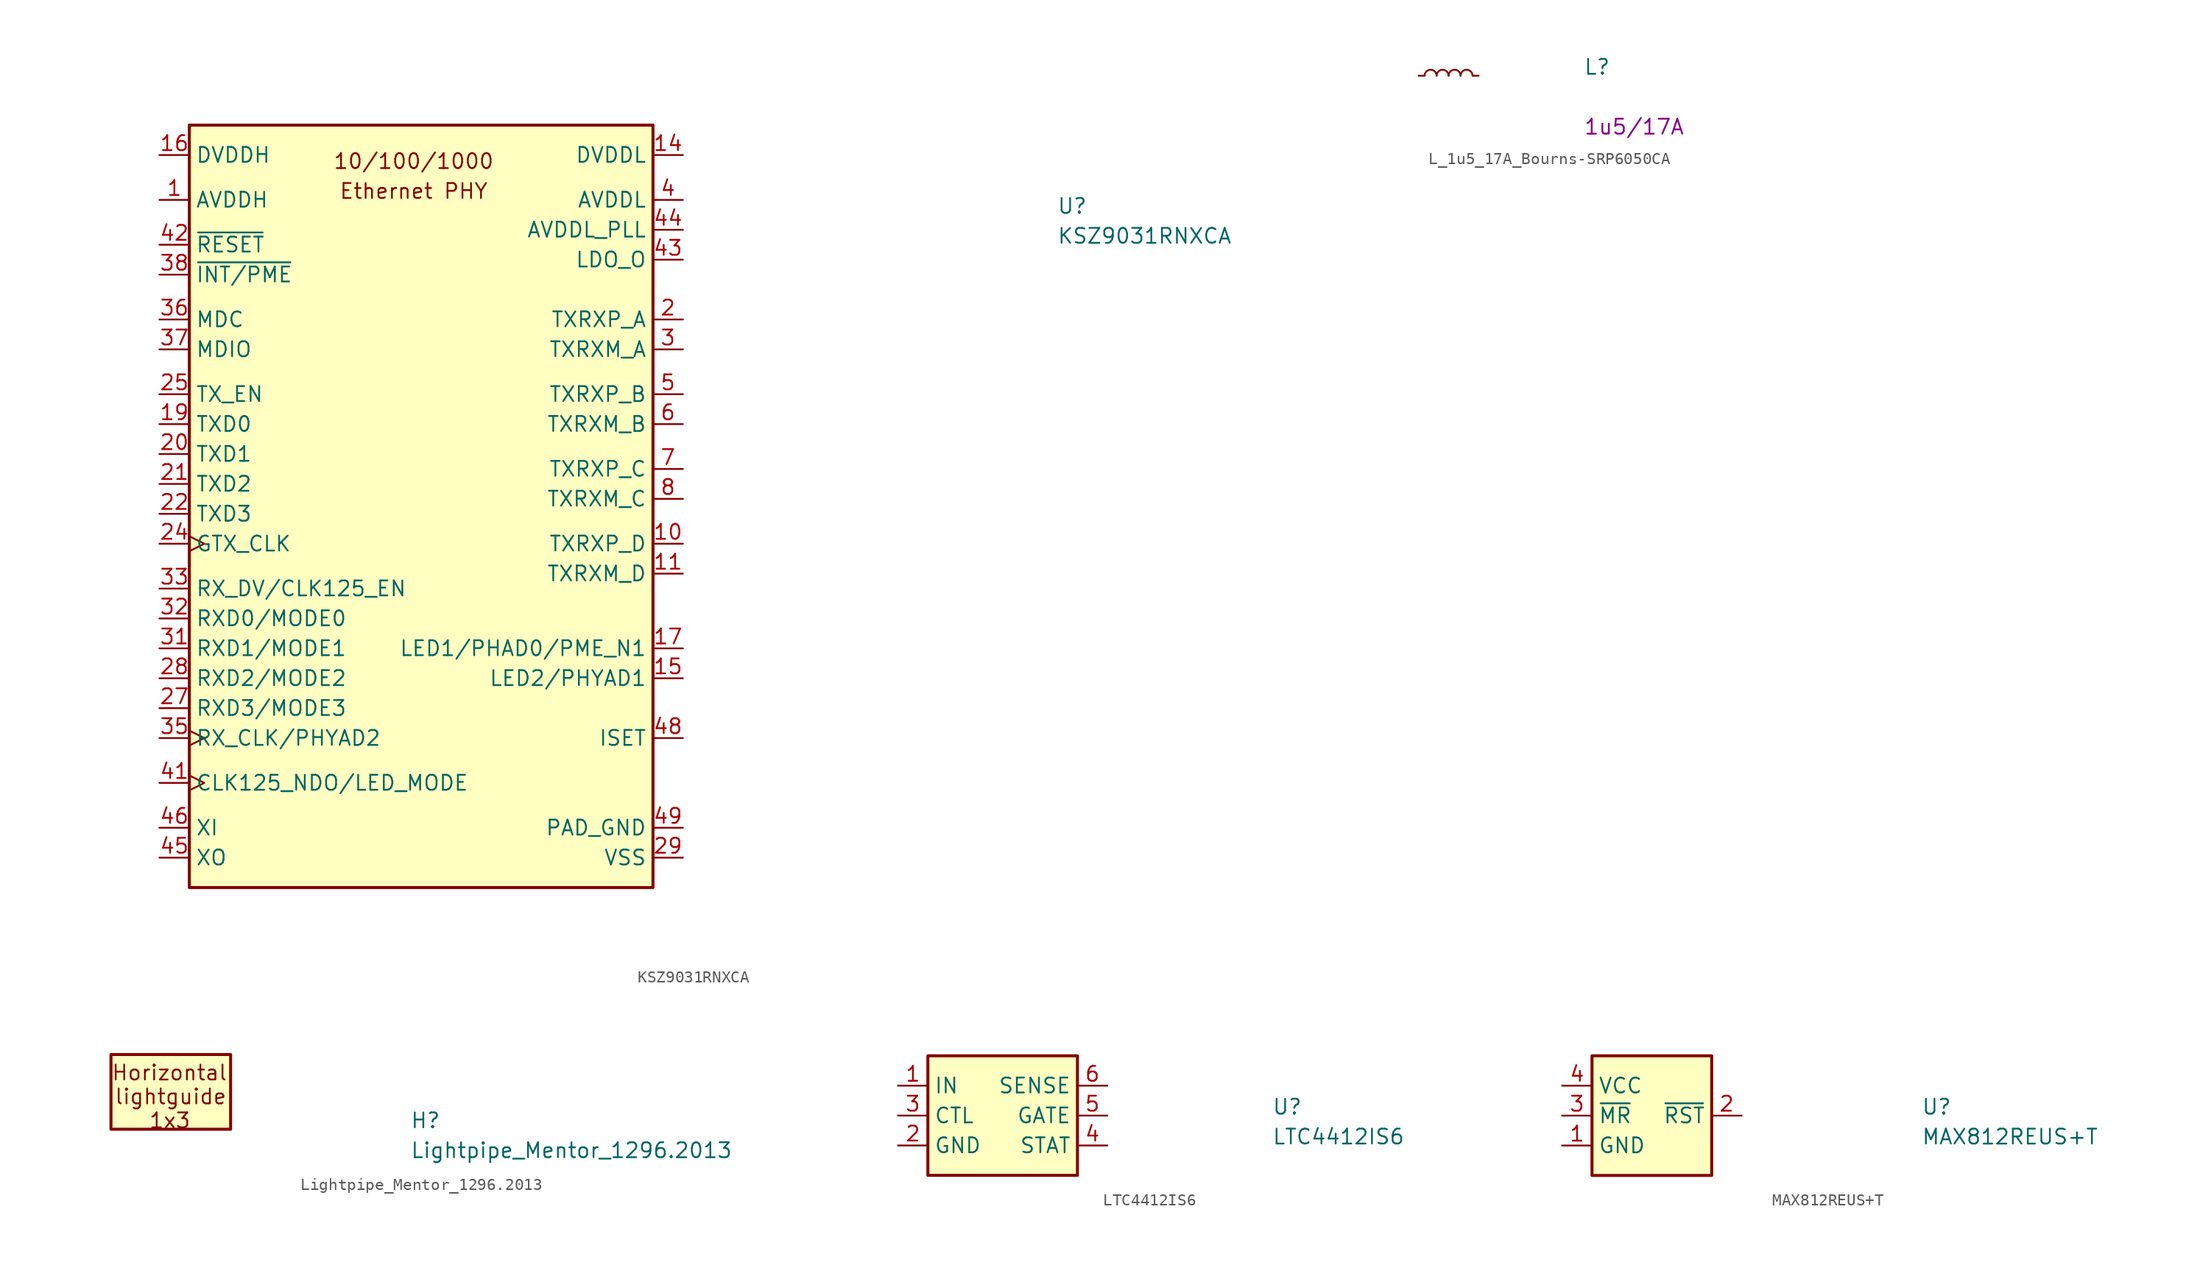
<source format=kicad_sym>
(kicad_symbol_lib
  (version 20220914)
  (generator kicad_symbol_editor)
  (symbol "KSZ9031RNXCA"
    (property "Reference" "U"
      (at 76.2 -5.08 0)
      (effects (font (size 1.27 1.27) (thickness 0.15)) (justify left bottom)))
    (property "Value" "KSZ9031RNXCA"
      (at 76.2 -7.62 0)
      (effects (font (size 1.27 1.27) (thickness 0.15)) (justify left bottom)))
    (symbol "KSZ9031RNXCA_1_1"
      (rectangle (start 2.54 2.54) (end 41.91 -62.23) (stroke (width 0.254) (type default)) (fill (type background)))
      (text "10/100/1000" (at 21.59 -1.27 0) (effects (font (size 1.27 1.27) (thickness 0.15)) (justify bottom)))
      (text "Ethernet PHY" (at 21.59 -3.81 0) (effects (font (size 1.27 1.27) (thickness 0.15)) (justify bottom)))
      (pin power_in line (at 0 -3.81 0) (length 2.54) (name "AVDDH" (effects (font (size 1.27 1.27)))) (number "1" (effects (font (size 1.27 1.27)))))
      (pin bidirectional line (at 44.45 -33.02 180) (length 2.54) (name "TXRXP_D" (effects (font (size 1.27 1.27)))) (number "10" (effects (font (size 1.27 1.27)))))
      (pin bidirectional line (at 44.45 -35.56 180) (length 2.54) (name "TXRXM_D" (effects (font (size 1.27 1.27)))) (number "11" (effects (font (size 1.27 1.27)))))
      (pin passive line (at 0 -3.81 0) (length 2.54) hide (name "AVDDH" (effects (font (size 1.27 1.27)))) (number "12" (effects (font (size 1.27 1.27)))))
      (pin no_connect line (at 25.4 -62.23 90) (length 2.54) hide (name "NC" (effects (font (size 1.27 1.27)))) (number "13" (effects (font (size 1.27 1.27)))))
      (pin power_in line (at 44.45 0 180) (length 2.54) (name "DVDDL" (effects (font (size 1.27 1.27)))) (number "14" (effects (font (size 1.27 1.27)))))
      (pin bidirectional line (at 44.45 -44.45 180) (length 2.54) (name "LED2/PHYAD1" (effects (font (size 1.27 1.27)))) (number "15" (effects (font (size 1.27 1.27)))))
      (pin power_in line (at 0 0 0) (length 2.54) (name "DVDDH" (effects (font (size 1.27 1.27)))) (number "16" (effects (font (size 1.27 1.27)))))
      (pin bidirectional line (at 44.45 -41.91 180) (length 2.54) (name "LED1/PHAD0/PME_N1" (effects (font (size 1.27 1.27)))) (number "17" (effects (font (size 1.27 1.27)))))
      (pin passive line (at 44.45 0 180) (length 2.54) hide (name "DVDDL" (effects (font (size 1.27 1.27)))) (number "18" (effects (font (size 1.27 1.27)))))
      (pin input line (at 0 -22.86 0) (length 2.54) (name "TXD0" (effects (font (size 1.27 1.27)))) (number "19" (effects (font (size 1.27 1.27)))))
      (pin bidirectional line (at 44.45 -13.97 180) (length 2.54) (name "TXRXP_A" (effects (font (size 1.27 1.27)))) (number "2" (effects (font (size 1.27 1.27)))))
      (pin input line (at 0 -25.4 0) (length 2.54) (name "TXD1" (effects (font (size 1.27 1.27)))) (number "20" (effects (font (size 1.27 1.27)))))
      (pin input line (at 0 -27.94 0) (length 2.54) (name "TXD2" (effects (font (size 1.27 1.27)))) (number "21" (effects (font (size 1.27 1.27)))))
      (pin input line (at 0 -30.48 0) (length 2.54) (name "TXD3" (effects (font (size 1.27 1.27)))) (number "22" (effects (font (size 1.27 1.27)))))
      (pin passive line (at 44.45 0 180) (length 2.54) hide (name "DVDDL" (effects (font (size 1.27 1.27)))) (number "23" (effects (font (size 1.27 1.27)))))
      (pin input clock (at 0 -33.02 0) (length 2.54) (name "GTX_CLK" (effects (font (size 1.27 1.27)))) (number "24" (effects (font (size 1.27 1.27)))))
      (pin input line (at 0 -20.32 0) (length 2.54) (name "TX_EN" (effects (font (size 1.27 1.27)))) (number "25" (effects (font (size 1.27 1.27)))))
      (pin passive line (at 44.45 0 180) (length 2.54) hide (name "DVDDL" (effects (font (size 1.27 1.27)))) (number "26" (effects (font (size 1.27 1.27)))))
      (pin input line (at 0 -46.99 0) (length 2.54) (name "RXD3/MODE3" (effects (font (size 1.27 1.27)))) (number "27" (effects (font (size 1.27 1.27)))))
      (pin input line (at 0 -44.45 0) (length 2.54) (name "RXD2/MODE2" (effects (font (size 1.27 1.27)))) (number "28" (effects (font (size 1.27 1.27)))))
      (pin power_in line (at 44.45 -59.69 180) (length 2.54) (name "VSS" (effects (font (size 1.27 1.27)))) (number "29" (effects (font (size 1.27 1.27)))))
      (pin bidirectional line (at 44.45 -16.51 180) (length 2.54) (name "TXRXM_A" (effects (font (size 1.27 1.27)))) (number "3" (effects (font (size 1.27 1.27)))))
      (pin passive line (at 44.45 0 180) (length 2.54) hide (name "DVDDL" (effects (font (size 1.27 1.27)))) (number "30" (effects (font (size 1.27 1.27)))))
      (pin input line (at 0 -41.91 0) (length 2.54) (name "RXD1/MODE1" (effects (font (size 1.27 1.27)))) (number "31" (effects (font (size 1.27 1.27)))))
      (pin input line (at 0 -39.37 0) (length 2.54) (name "RXD0/MODE0" (effects (font (size 1.27 1.27)))) (number "32" (effects (font (size 1.27 1.27)))))
      (pin input line (at 0 -36.83 0) (length 2.54) (name "RX_DV/CLK125_EN" (effects (font (size 1.27 1.27)))) (number "33" (effects (font (size 1.27 1.27)))))
      (pin passive line (at 0 0 0) (length 2.54) hide (name "DVDDH" (effects (font (size 1.27 1.27)))) (number "34" (effects (font (size 1.27 1.27)))))
      (pin input clock (at 0 -49.53 0) (length 2.54) (name "RX_CLK/PHYAD2" (effects (font (size 1.27 1.27)))) (number "35" (effects (font (size 1.27 1.27)))))
      (pin input line (at 0 -13.97 0) (length 2.54) (name "MDC" (effects (font (size 1.27 1.27)))) (number "36" (effects (font (size 1.27 1.27)))))
      (pin input line (at 0 -16.51 0) (length 2.54) (name "MDIO" (effects (font (size 1.27 1.27)))) (number "37" (effects (font (size 1.27 1.27)))))
      (pin input line (at 0 -10.16 0) (length 2.54) (name "~{INT/PME}" (effects (font (size 1.27 1.27)))) (number "38" (effects (font (size 1.27 1.27)))))
      (pin passive line (at 44.45 0 180) (length 2.54) hide (name "DVDDL" (effects (font (size 1.27 1.27)))) (number "39" (effects (font (size 1.27 1.27)))))
      (pin power_in line (at 44.45 -3.81 180) (length 2.54) (name "AVDDL" (effects (font (size 1.27 1.27)))) (number "4" (effects (font (size 1.27 1.27)))))
      (pin passive line (at 0 0 0) (length 2.54) hide (name "DVDDH" (effects (font (size 1.27 1.27)))) (number "40" (effects (font (size 1.27 1.27)))))
      (pin input clock (at 0 -53.34 0) (length 2.54) (name "CLK125_NDO/LED_MODE" (effects (font (size 1.27 1.27)))) (number "41" (effects (font (size 1.27 1.27)))))
      (pin input line (at 0 -7.62 0) (length 2.54) (name "~{RESET}" (effects (font (size 1.27 1.27)))) (number "42" (effects (font (size 1.27 1.27)))))
      (pin input line (at 44.45 -8.89 180) (length 2.54) (name "LDO_O" (effects (font (size 1.27 1.27)))) (number "43" (effects (font (size 1.27 1.27)))))
      (pin power_in line (at 44.45 -6.35 180) (length 2.54) (name "AVDDL_PLL" (effects (font (size 1.27 1.27)))) (number "44" (effects (font (size 1.27 1.27)))))
      (pin input line (at 0 -59.69 0) (length 2.54) (name "XO" (effects (font (size 1.27 1.27)))) (number "45" (effects (font (size 1.27 1.27)))))
      (pin input line (at 0 -57.15 0) (length 2.54) (name "XI" (effects (font (size 1.27 1.27)))) (number "46" (effects (font (size 1.27 1.27)))))
      (pin no_connect line (at 28.575 -62.23 90) (length 2.54) hide (name "NC" (effects (font (size 1.27 1.27)))) (number "47" (effects (font (size 1.27 1.27)))))
      (pin output line (at 44.45 -49.53 180) (length 2.54) (name "ISET" (effects (font (size 1.27 1.27)))) (number "48" (effects (font (size 1.27 1.27)))))
      (pin power_in line (at 44.45 -57.15 180) (length 2.54) (name "PAD_GND" (effects (font (size 1.27 1.27)))) (number "49" (effects (font (size 1.27 1.27)))))
      (pin bidirectional line (at 44.45 -20.32 180) (length 2.54) (name "TXRXP_B" (effects (font (size 1.27 1.27)))) (number "5" (effects (font (size 1.27 1.27)))))
      (pin bidirectional line (at 44.45 -22.86 180) (length 2.54) (name "TXRXM_B" (effects (font (size 1.27 1.27)))) (number "6" (effects (font (size 1.27 1.27)))))
      (pin bidirectional line (at 44.45 -26.67 180) (length 2.54) (name "TXRXP_C" (effects (font (size 1.27 1.27)))) (number "7" (effects (font (size 1.27 1.27)))))
      (pin bidirectional line (at 44.45 -29.21 180) (length 2.54) (name "TXRXM_C" (effects (font (size 1.27 1.27)))) (number "8" (effects (font (size 1.27 1.27)))))
      (pin passive line (at 44.45 -3.81 180) (length 2.54) hide (name "AVDDL" (effects (font (size 1.27 1.27)))) (number "9" (effects (font (size 1.27 1.27)))))))
  (symbol "L_1u5_17A_Bourns-SRP6050CA"
    (pin_numbers hide)
    (pin_names hide)
    (property "Reference" "L"
      (at 13.97 0 0)
      (effects (font (size 1.27 1.27) (thickness 0.15)) (justify left bottom)))
    (property "Val" "1u5/17A"
      (at 13.97 -5.08 0)
      (effects (font (size 1.27 1.27) (thickness 0.15)) (justify left bottom)))
    (symbol "L_1u5_17A_Bourns-SRP6050CA_0_1"
      (arc (start 1.524 0) (mid 1.016 0.5058) (end 0.508 0) (stroke (width 0) (type default)) (fill (type none)))
      (arc (start 2.54 0) (mid 2.032 0.5058) (end 1.524 0) (stroke (width 0) (type default)) (fill (type none)))
      (arc (start 3.556 0) (mid 3.048 0.5058) (end 2.54 0) (stroke (width 0) (type default)) (fill (type none)))
      (arc (start 4.572 0) (mid 4.064 0.5058) (end 3.556 0) (stroke (width 0) (type default)) (fill (type none))))
    (symbol "L_1u5_17A_Bourns-SRP6050CA_1_1"
      (pin passive line (at 0 0 0) (length 0.508) (name "~" (effects (font (size 1.27 1.27)))) (number "1" (effects (font (size 1.27 1.27)))))
      (pin passive line (at 5.08 0 180) (length 0.508) (name "~" (effects (font (size 1.27 1.27)))) (number "2" (effects (font (size 1.27 1.27)))))))
  (symbol "Lightpipe_Mentor_1296.2013"
    (property "Reference" "H"
      (at 20.32 -2.54 0)
      (effects (font (size 1.27 1.27) (thickness 0.15)) (justify left bottom)))
    (property "Value" "Lightpipe_Mentor_1296.2013"
      (at 20.32 -5.08 0)
      (effects (font (size 1.27 1.27) (thickness 0.15)) (justify left bottom)))
    (symbol "Lightpipe_Mentor_1296.2013_1_1"
      (rectangle (start 5.08 -2.54) (end -5.08 3.81) (stroke (width 0.254) (type default)) (fill (type background)))
      (text "1x3" (at -1.905 -2.54 0) (effects (font (size 1.27 1.27) (thickness 0.15)) (justify left bottom)))
      (text "Horizontal" (at -5.08 1.524 0) (effects (font (size 1.27 1.27) (thickness 0.15)) (justify left bottom)))
      (text "lightguide" (at -4.826 -0.508 0) (effects (font (size 1.27 1.27) (thickness 0.15)) (justify left bottom)))))
  (symbol "LTC4412IS6"
    (property "Reference" "U"
      (at 31.75 -2.54 0)
      (effects (font (size 1.27 1.27) (thickness 0.15)) (justify left bottom)))
    (property "Value" "LTC4412IS6"
      (at 31.75 -5.08 0)
      (effects (font (size 1.27 1.27) (thickness 0.15)) (justify left bottom)))
    (symbol "LTC4412IS6_1_1"
      (rectangle (start 2.54 2.54) (end 15.24 -7.62) (stroke (width 0.254) (type default)) (fill (type background)))
      (pin power_in line (at 0 0 0) (length 2.54) (name "IN" (effects (font (size 1.27 1.27)))) (number "1" (effects (font (size 1.27 1.27)))))
      (pin power_in line (at 0 -5.08 0) (length 2.54) (name "GND" (effects (font (size 1.27 1.27)))) (number "2" (effects (font (size 1.27 1.27)))))
      (pin input line (at 0 -2.54 0) (length 2.54) (name "CTL" (effects (font (size 1.27 1.27)))) (number "3" (effects (font (size 1.27 1.27)))))
      (pin output line (at 17.78 -5.08 180) (length 2.54) (name "STAT" (effects (font (size 1.27 1.27)))) (number "4" (effects (font (size 1.27 1.27)))))
      (pin output line (at 17.78 -2.54 180) (length 2.54) (name "GATE" (effects (font (size 1.27 1.27)))) (number "5" (effects (font (size 1.27 1.27)))))
      (pin input line (at 17.78 0 180) (length 2.54) (name "SENSE" (effects (font (size 1.27 1.27)))) (number "6" (effects (font (size 1.27 1.27)))))))
  (symbol "MAX812REUS+T"
    (property "Reference" "U"
      (at 30.48 -2.54 0)
      (effects (font (size 1.27 1.27) (thickness 0.15)) (justify left bottom)))
    (property "Value" "MAX812REUS+T"
      (at 30.48 -5.08 0)
      (effects (font (size 1.27 1.27) (thickness 0.15)) (justify left bottom)))
    (symbol "MAX812REUS+T_1_1"
      (rectangle (start 2.54 2.54) (end 12.7 -7.62) (stroke (width 0.254) (type default)) (fill (type background)))
      (pin power_in line (at 0 -5.08 0) (length 2.54) (name "GND" (effects (font (size 1.27 1.27)))) (number "1" (effects (font (size 1.27 1.27)))))
      (pin output line (at 15.24 -2.54 180) (length 2.54) (name "~{RST}" (effects (font (size 1.27 1.27)))) (number "2" (effects (font (size 1.27 1.27)))))
      (pin input line (at 0 -2.54 0) (length 2.54) (name "~{MR}" (effects (font (size 1.27 1.27)))) (number "3" (effects (font (size 1.27 1.27)))))
      (pin power_in line (at 0 0 0) (length 2.54) (name "VCC" (effects (font (size 1.27 1.27)))) (number "4" (effects (font (size 1.27 1.27))))))))
</source>
